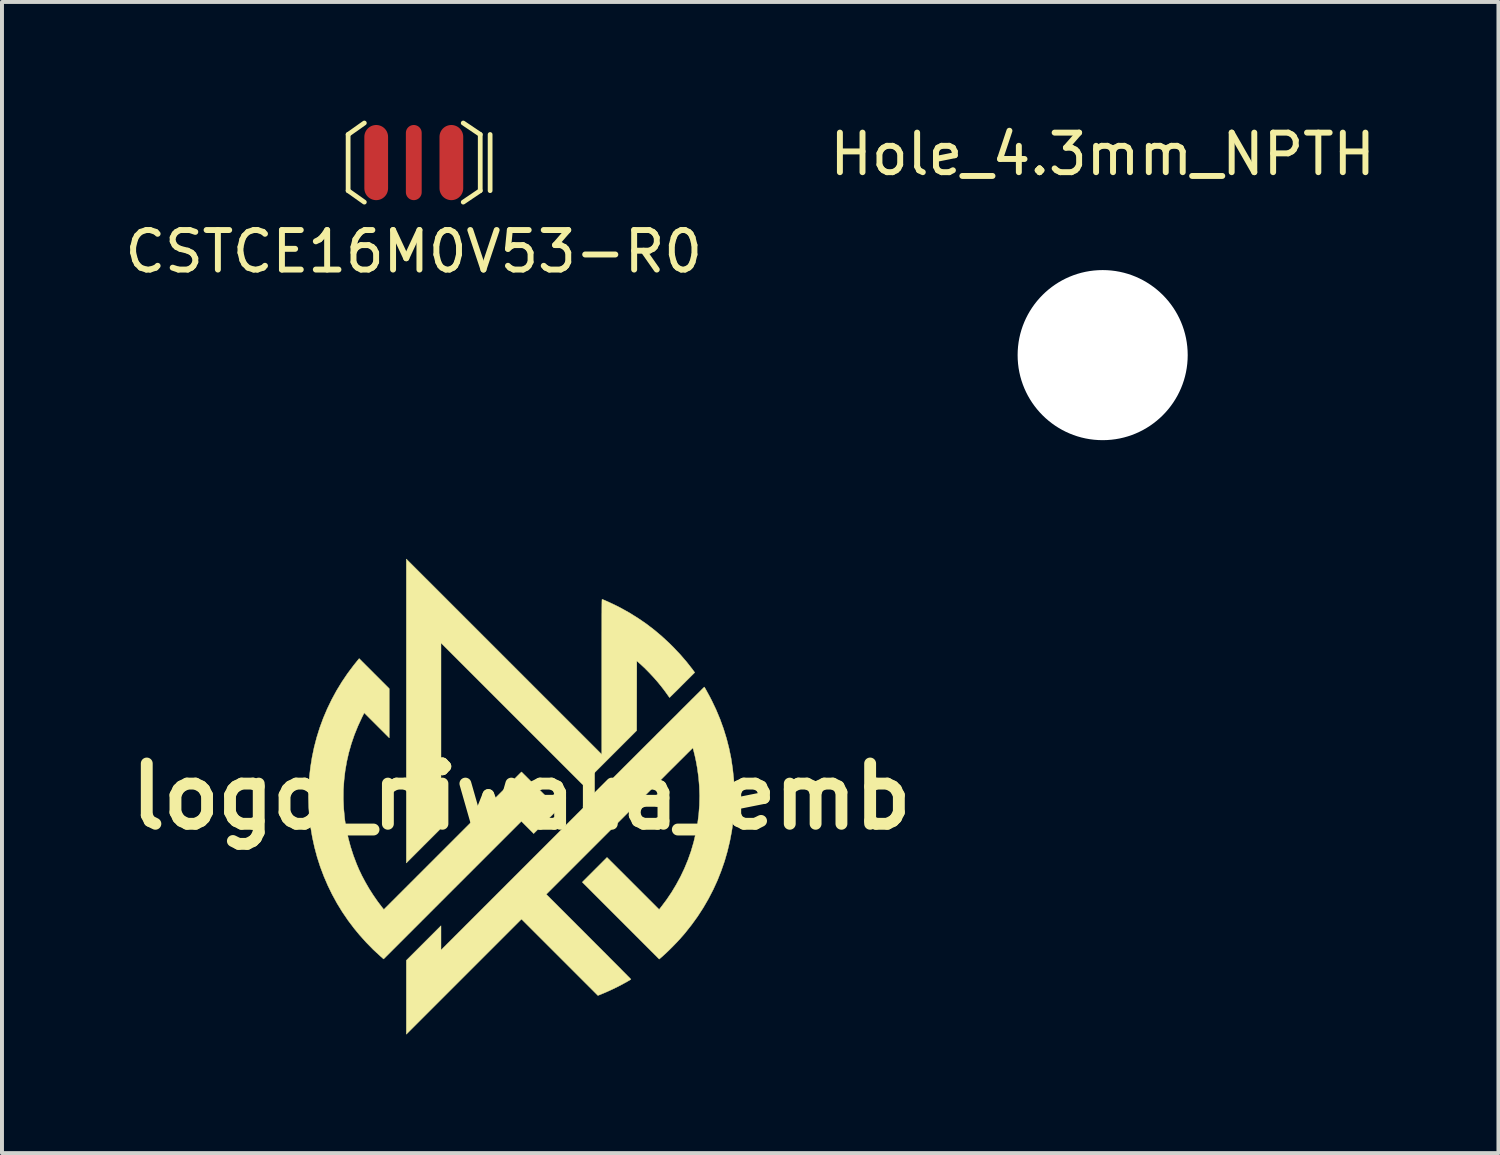
<source format=kicad_pcb>
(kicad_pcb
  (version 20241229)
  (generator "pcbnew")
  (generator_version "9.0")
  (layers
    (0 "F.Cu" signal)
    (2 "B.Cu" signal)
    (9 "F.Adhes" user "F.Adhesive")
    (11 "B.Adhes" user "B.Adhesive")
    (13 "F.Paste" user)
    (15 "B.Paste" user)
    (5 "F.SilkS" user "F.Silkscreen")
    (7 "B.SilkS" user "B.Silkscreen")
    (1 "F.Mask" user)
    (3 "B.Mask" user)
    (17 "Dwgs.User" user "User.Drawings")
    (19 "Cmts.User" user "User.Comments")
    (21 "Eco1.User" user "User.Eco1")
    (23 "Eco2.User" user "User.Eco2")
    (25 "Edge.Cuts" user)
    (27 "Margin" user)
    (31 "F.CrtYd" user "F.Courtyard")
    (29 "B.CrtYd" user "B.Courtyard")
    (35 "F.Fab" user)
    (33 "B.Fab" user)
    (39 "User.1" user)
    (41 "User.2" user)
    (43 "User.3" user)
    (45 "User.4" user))
  (footprint "Hole_4.3mm_NPTH"
    (layer "F.Cu")
    (at 24.827 5.928)
    (property "Reference" "Hole_4.3mm_NPTH" (at 0 -5.08 0) (layer "F.SilkS") (effects (font (size 1 1) (thickness 0.15))))
    (attr through_hole)
    (pad "" np_thru_hole circle (at 0 0) (size 4.3 4.3) (drill 4.3) (layers "*.Cu" "*.Mask")))
  (footprint "logo_niwaka_emb"
    (layer "F.Cu")
    (at 10.131 17.087)
    (property "Reference" "logo_niwaka_emb" (at 0 0 0) (layer "F.SilkS") (effects (font (size 1.524 1.524) (thickness 0.3))))
    (attr through_hole)
    (fp_poly (pts (xy -3.34 -2.727) (xy -3.34 -1.483) (xy -3.973 -2.116) (xy -4.031 -1.999) (xy -4.132 -1.781) (xy -4.222 -1.559) (xy -4.299 -1.334) (xy -4.364 -1.106) (xy -4.416 -0.876) (xy -4.456 -0.644) (xy -4.483 -0.409) (xy -4.499 -0.173) (xy -4.501 0.065) (xy -4.491 0.305) (xy -4.468 0.545) (xy -4.461 0.605) (xy -4.425 0.827) (xy -4.377 1.05) (xy -4.318 1.271) (xy -4.247 1.491) (xy -4.165 1.707) (xy -4.109 1.839) (xy -4.031 2.003) (xy -3.943 2.168) (xy -3.847 2.334) (xy -3.744 2.495) (xy -3.637 2.65) (xy -3.526 2.796) (xy -3.519 2.805) (xy -3.477 2.857) (xy 0.003 -0.622) (xy 0.47 -0.156) (xy 0.937 0.311) (xy 0.311 0.937) (xy 0.156 0.781) (xy -0.000045 0.626) (xy -1.742 2.367) (xy -3.483 4.108) (xy -3.556 4.044) (xy -3.744 3.871) (xy -3.923 3.688) (xy -4.095 3.496) (xy -4.224 3.34) (xy -4.38 3.134) (xy -4.525 2.921) (xy -4.659 2.703) (xy -4.782 2.478) (xy -4.894 2.248) (xy -4.995 2.013) (xy -5.085 1.774) (xy -5.163 1.531) (xy -5.229 1.284) (xy -5.284 1.034) (xy -5.327 0.781) (xy -5.358 0.526) (xy -5.376 0.268) (xy -5.383 0.01) (xy -5.377 -0.25) (xy -5.362 -0.47) (xy -5.333 -0.731) (xy -5.292 -0.989) (xy -5.239 -1.244) (xy -5.174 -1.494) (xy -5.097 -1.74) (xy -5.008 -1.982) (xy -4.907 -2.219) (xy -4.795 -2.451) (xy -4.672 -2.678) (xy -4.537 -2.899) (xy -4.391 -3.115) (xy -4.234 -3.324) (xy -4.156 -3.421) (xy -4.101 -3.488) (xy -3.34 -2.727)) (stroke (width 0.01) (type solid)) (fill yes) (layer "F.SilkS"))
    (fp_poly (pts (xy 2.032 -1.064) (xy 2.032 -3.024) (xy 2.032 -3.215) (xy 2.032 -3.394) (xy 2.032 -3.561) (xy 2.032 -3.716) (xy 2.032 -3.86) (xy 2.032 -3.993) (xy 2.032 -4.116) (xy 2.033 -4.229) (xy 2.033 -4.332) (xy 2.033 -4.426) (xy 2.033 -4.511) (xy 2.033 -4.587) (xy 2.034 -4.656) (xy 2.034 -4.716) (xy 2.034 -4.77) (xy 2.035 -4.816) (xy 2.035 -4.856) (xy 2.036 -4.89) (xy 2.036 -4.918) (xy 2.037 -4.94) (xy 2.038 -4.958) (xy 2.038 -4.97) (xy 2.039 -4.979) (xy 2.04 -4.984) (xy 2.04 -4.985) (xy 2.052 -4.982) (xy 2.073 -4.974) (xy 2.103 -4.962) (xy 2.139 -4.946) (xy 2.182 -4.927) (xy 2.228 -4.906) (xy 2.277 -4.883) (xy 2.328 -4.859) (xy 2.378 -4.835) (xy 2.426 -4.811) (xy 2.472 -4.788) (xy 2.511 -4.767) (xy 2.734 -4.643) (xy 2.947 -4.51) (xy 3.152 -4.37) (xy 3.35 -4.219) (xy 3.541 -4.059) (xy 3.728 -3.887) (xy 3.845 -3.771) (xy 4.016 -3.59) (xy 4.175 -3.406) (xy 4.322 -3.219) (xy 4.337 -3.198) (xy 4.383 -3.135) (xy 4.066 -2.819) (xy 4.014 -2.766) (xy 3.964 -2.716) (xy 3.918 -2.67) (xy 3.875 -2.628) (xy 3.837 -2.591) (xy 3.805 -2.559) (xy 3.779 -2.534) (xy 3.761 -2.515) (xy 3.749 -2.505) (xy 3.747 -2.502) (xy 3.742 -2.507) (xy 3.732 -2.52) (xy 3.719 -2.539) (xy 3.715 -2.544) (xy 3.631 -2.662) (xy 3.538 -2.783) (xy 3.438 -2.905) (xy 3.332 -3.025) (xy 3.223 -3.141) (xy 3.113 -3.252) (xy 3.003 -3.353) (xy 2.988 -3.367) (xy 2.918 -3.429) (xy 2.915 -1.667) (xy 1.549 -0.302) (xy -0.241 -2.092) (xy -2.032 -3.883) (xy -2.032 0.803) (xy -2.47 1.241) (xy -2.908 1.68) (xy -2.908 -6.004) (xy 2.032 -1.064)) (stroke (width 0.01) (type solid)) (fill yes) (layer "F.SilkS"))
    (fp_poly (pts (xy 4.631 -2.76) (xy 4.642 -2.742) (xy 4.657 -2.716) (xy 4.675 -2.684) (xy 4.695 -2.647) (xy 4.717 -2.607) (xy 4.74 -2.565) (xy 4.762 -2.524) (xy 4.783 -2.484) (xy 4.801 -2.448) (xy 4.81 -2.432) (xy 4.922 -2.197) (xy 5.022 -1.958) (xy 5.11 -1.715) (xy 5.186 -1.469) (xy 5.25 -1.219) (xy 5.302 -0.965) (xy 5.341 -0.706) (xy 5.369 -0.443) (xy 5.379 -0.309) (xy 5.381 -0.261) (xy 5.383 -0.204) (xy 5.384 -0.138) (xy 5.384 -0.067) (xy 5.384 0.008) (xy 5.383 0.085) (xy 5.382 0.161) (xy 5.38 0.234) (xy 5.378 0.303) (xy 5.375 0.366) (xy 5.372 0.419) (xy 5.369 0.457) (xy 5.358 0.573) (xy 5.345 0.685) (xy 5.331 0.79) (xy 5.318 0.876) (xy 5.269 1.134) (xy 5.208 1.388) (xy 5.136 1.637) (xy 5.051 1.882) (xy 4.956 2.122) (xy 4.848 2.357) (xy 4.729 2.587) (xy 4.599 2.811) (xy 4.458 3.029) (xy 4.305 3.241) (xy 4.142 3.447) (xy 4.089 3.509) (xy 4.004 3.606) (xy 3.911 3.705) (xy 3.814 3.805) (xy 3.715 3.903) (xy 3.617 3.995) (xy 3.535 4.068) (xy 3.485 4.111) (xy 1.54 2.165) (xy 2.165 1.54) (xy 2.824 2.198) (xy 3.483 2.857) (xy 3.534 2.792) (xy 3.67 2.611) (xy 3.798 2.422) (xy 3.916 2.225) (xy 4.025 2.023) (xy 4.123 1.817) (xy 4.21 1.607) (xy 4.285 1.396) (xy 4.289 1.385) (xy 4.356 1.155) (xy 4.411 0.923) (xy 4.454 0.689) (xy 4.484 0.453) (xy 4.502 0.217) (xy 4.507 -0.02) (xy 4.499 -0.257) (xy 4.479 -0.494) (xy 4.446 -0.73) (xy 4.419 -0.879) (xy 4.412 -0.913) (xy 4.404 -0.951) (xy 4.395 -0.993) (xy 4.385 -1.037) (xy 4.374 -1.08) (xy 4.364 -1.121) (xy 4.355 -1.158) (xy 4.347 -1.189) (xy 4.341 -1.212) (xy 4.336 -1.227) (xy 4.335 -1.23) (xy 4.33 -1.225) (xy 4.317 -1.212) (xy 4.296 -1.191) (xy 4.266 -1.161) (xy 4.228 -1.124) (xy 4.183 -1.079) (xy 4.131 -1.027) (xy 4.072 -0.968) (xy 4.006 -0.903) (xy 3.934 -0.831) (xy 3.856 -0.753) (xy 3.772 -0.67) (xy 3.683 -0.581) (xy 3.589 -0.486) (xy 3.49 -0.387) (xy 3.386 -0.284) (xy 3.278 -0.176) (xy 3.166 -0.064) (xy 3.051 0.051) (xy 2.932 0.17) (xy 2.81 0.292) (xy 2.685 0.417) (xy 2.558 0.544) (xy 2.481 0.621) (xy 0.629 2.473) (xy 1.699 3.543) (xy 1.796 3.641) (xy 1.891 3.736) (xy 1.983 3.828) (xy 2.072 3.917) (xy 2.158 4.003) (xy 2.239 4.085) (xy 2.317 4.163) (xy 2.389 4.235) (xy 2.457 4.303) (xy 2.518 4.365) (xy 2.574 4.422) (xy 2.624 4.472) (xy 2.667 4.516) (xy 2.703 4.552) (xy 2.732 4.581) (xy 2.752 4.602) (xy 2.765 4.615) (xy 2.769 4.62) (xy 2.763 4.625) (xy 2.748 4.636) (xy 2.724 4.651) (xy 2.692 4.669) (xy 2.655 4.691) (xy 2.612 4.714) (xy 2.567 4.739) (xy 2.519 4.765) (xy 2.47 4.79) (xy 2.442 4.805) (xy 2.368 4.841) (xy 2.287 4.88) (xy 2.204 4.918) (xy 2.122 4.955) (xy 2.044 4.987) (xy 2.004 5.004) (xy 1.935 5.031) (xy 0.969 4.065) (xy 0.003 3.099) (xy -2.908 6.01) (xy -2.908 4.143) (xy -2.47 3.705) (xy -2.032 3.267) (xy -2.032 3.883) (xy 1.295 0.556) (xy 1.468 0.383) (xy 1.638 0.213) (xy 1.806 0.045) (xy 1.971 -0.12) (xy 2.134 -0.282) (xy 2.293 -0.442) (xy 2.449 -0.597) (xy 2.601 -0.75) (xy 2.75 -0.898) (xy 2.895 -1.043) (xy 3.035 -1.183) (xy 3.171 -1.319) (xy 3.303 -1.45) (xy 3.429 -1.577) (xy 3.551 -1.698) (xy 3.667 -1.814) (xy 3.778 -1.925) (xy 3.883 -2.029) (xy 3.982 -2.128) (xy 4.074 -2.221) (xy 4.161 -2.307) (xy 4.24 -2.386) (xy 4.313 -2.459) (xy 4.379 -2.524) (xy 4.438 -2.583) (xy 4.489 -2.633) (xy 4.532 -2.676) (xy 4.567 -2.712) (xy 4.594 -2.738) (xy 4.613 -2.757) (xy 4.623 -2.767) (xy 4.625 -2.768) (xy 4.631 -2.76)) (stroke (width 0.01) (type solid)) (fill yes) (layer "F.SilkS")))
  (footprint "CSTCE16M0V53-R0"
    (layer "F.Cu")
    (at 7.411 1.06)
    (property "Reference" "CSTCE16M0V53-R0" (at 0 2.25 0) (layer "F.SilkS") (effects (font (size 1 1) (thickness 0.15))))
    (attr through_hole)
    (fp_line (start -1.66 -0.71) (end -1.25 -1) (stroke (width 0.12) (type solid)) (layer "F.SilkS"))
    (fp_line (start -1.66 0.71) (end -1.66 -0.71) (stroke (width 0.12) (type solid)) (layer "F.SilkS"))
    (fp_line (start -1.66 0.71) (end -1.25 1) (stroke (width 0.12) (type solid)) (layer "F.SilkS"))
    (fp_line (start 1.25 1) (end 1.68 0.71) (stroke (width 0.12) (type solid)) (layer "F.SilkS"))
    (fp_line (start 1.68 -0.71) (end 1.25 -1) (stroke (width 0.12) (type solid)) (layer "F.SilkS"))
    (fp_line (start 1.68 0.71) (end 1.68 -0.71) (stroke (width 0.12) (type solid)) (layer "F.SilkS"))
    (fp_line (start 1.93 0.71) (end 1.93 -0.71) (stroke (width 0.12) (type solid)) (layer "F.SilkS"))
    (pad "1" smd oval (at 0.95 0) (size 0.6 1.9) (layers "F.Cu" "F.Mask" "F.Paste"))
    (pad "2" smd oval (at 0 0) (size 0.4 1.9) (layers "F.Cu" "F.Mask" "F.Paste"))
    (pad "3" smd oval (at -0.95 0) (size 0.6 1.9) (layers "F.Cu" "F.Mask" "F.Paste")))
  (gr_rect
    (start -3 -3)
    (end 34.833 26.102)
    (stroke (width 0.1) (type default))
    (fill no)
    (layer "Edge.Cuts")))
</source>
